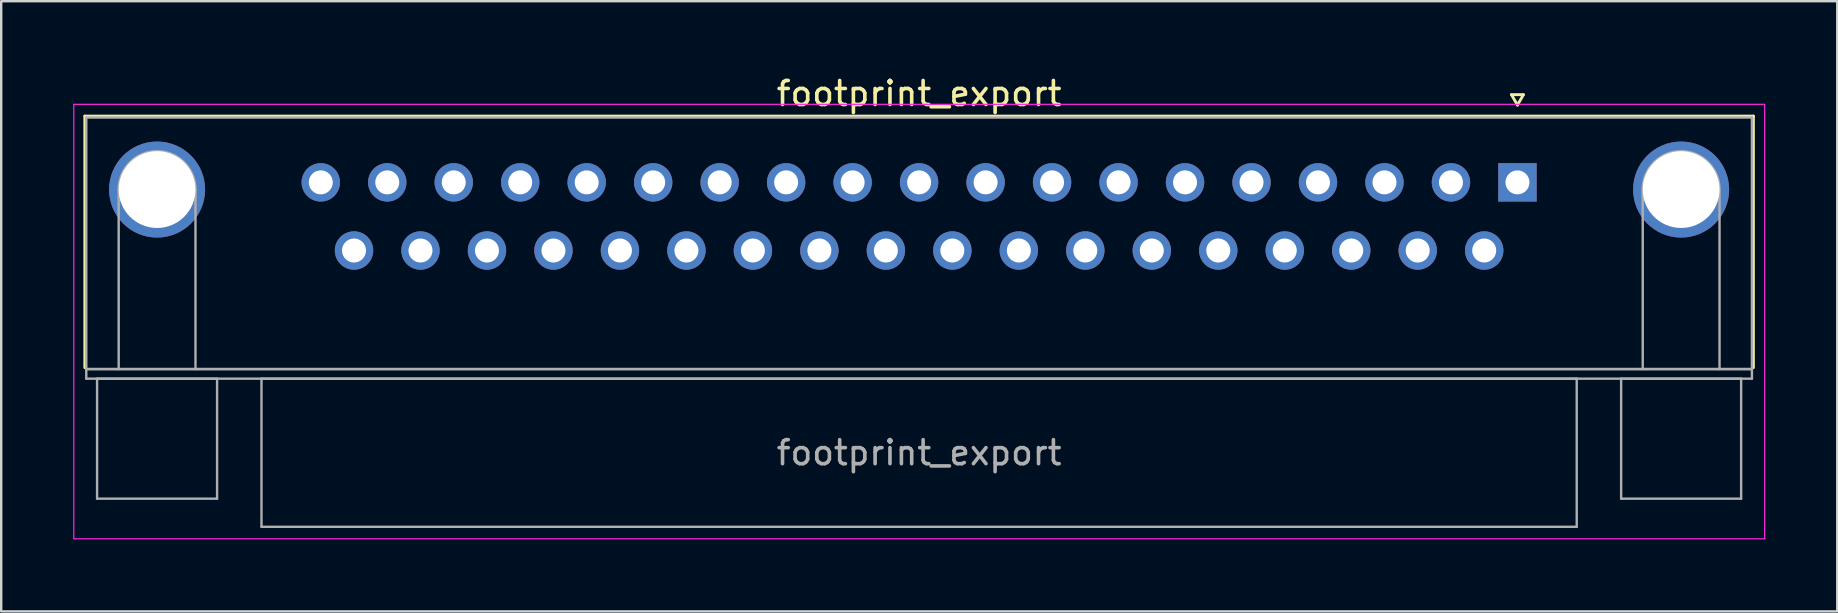
<source format=kicad_pcb>
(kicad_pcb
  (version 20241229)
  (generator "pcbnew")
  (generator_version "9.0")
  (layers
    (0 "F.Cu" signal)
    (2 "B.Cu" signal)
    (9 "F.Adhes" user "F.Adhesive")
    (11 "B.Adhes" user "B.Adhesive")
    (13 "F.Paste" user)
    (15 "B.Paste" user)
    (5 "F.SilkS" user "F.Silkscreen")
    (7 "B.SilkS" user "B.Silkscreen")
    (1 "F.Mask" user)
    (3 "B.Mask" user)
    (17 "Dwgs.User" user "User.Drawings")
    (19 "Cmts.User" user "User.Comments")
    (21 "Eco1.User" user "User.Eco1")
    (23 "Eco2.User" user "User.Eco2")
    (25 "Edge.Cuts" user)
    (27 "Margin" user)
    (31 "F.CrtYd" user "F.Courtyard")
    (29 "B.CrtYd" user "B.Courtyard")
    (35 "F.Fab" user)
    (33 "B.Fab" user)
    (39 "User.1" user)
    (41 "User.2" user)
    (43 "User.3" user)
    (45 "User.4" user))
  (footprint "footprint_export"
    (layer "F.Cu")
    (at 60.175 4.548)
    (property "Reference" "footprint_export" (at -24.93 -3.7 0) (layer "F.SilkS") (effects (font (size 1 1) (thickness 0.15))))
    (attr through_hole)
    (fp_line (start -59.69 -2.76) (end 9.83 -2.76) (stroke (width 0.12) (type solid)) (layer "F.SilkS"))
    (fp_line (start -59.69 7.72) (end -59.69 -2.76) (stroke (width 0.12) (type solid)) (layer "F.SilkS"))
    (fp_line (start -0.25 -3.654) (end 0.25 -3.654) (stroke (width 0.12) (type solid)) (layer "F.SilkS"))
    (fp_line (start 0 -3.221) (end -0.25 -3.654) (stroke (width 0.12) (type solid)) (layer "F.SilkS"))
    (fp_line (start 0.25 -3.654) (end 0 -3.221) (stroke (width 0.12) (type solid)) (layer "F.SilkS"))
    (fp_line (start 9.83 -2.76) (end 9.83 7.72) (stroke (width 0.12) (type solid)) (layer "F.SilkS"))
    (fp_line (start -60.15 -3.25) (end -60.15 14.85) (stroke (width 0.05) (type solid)) (layer "F.CrtYd"))
    (fp_line (start -60.15 14.85) (end 10.3 14.85) (stroke (width 0.05) (type solid)) (layer "F.CrtYd"))
    (fp_line (start 10.3 -3.25) (end -60.15 -3.25) (stroke (width 0.05) (type solid)) (layer "F.CrtYd"))
    (fp_line (start 10.3 14.85) (end 10.3 -3.25) (stroke (width 0.05) (type solid)) (layer "F.CrtYd"))
    (fp_line (start -59.63 -2.7) (end -59.63 7.78) (stroke (width 0.1) (type solid)) (layer "F.Fab"))
    (fp_line (start -59.63 7.78) (end -59.63 8.18) (stroke (width 0.1) (type solid)) (layer "F.Fab"))
    (fp_line (start -59.63 7.78) (end 9.77 7.78) (stroke (width 0.1) (type solid)) (layer "F.Fab"))
    (fp_line (start -59.63 8.18) (end 9.77 8.18) (stroke (width 0.1) (type solid)) (layer "F.Fab"))
    (fp_line (start -59.18 8.18) (end -59.18 13.18) (stroke (width 0.1) (type solid)) (layer "F.Fab"))
    (fp_line (start -59.18 13.18) (end -54.18 13.18) (stroke (width 0.1) (type solid)) (layer "F.Fab"))
    (fp_line (start -58.28 7.78) (end -58.28 0.3) (stroke (width 0.1) (type solid)) (layer "F.Fab"))
    (fp_line (start -55.08 7.78) (end -55.08 0.3) (stroke (width 0.1) (type solid)) (layer "F.Fab"))
    (fp_line (start -54.18 8.18) (end -59.18 8.18) (stroke (width 0.1) (type solid)) (layer "F.Fab"))
    (fp_line (start -54.18 13.18) (end -54.18 8.18) (stroke (width 0.1) (type solid)) (layer "F.Fab"))
    (fp_line (start -52.33 8.18) (end -52.33 14.35) (stroke (width 0.1) (type solid)) (layer "F.Fab"))
    (fp_line (start -52.33 14.35) (end 2.47 14.35) (stroke (width 0.1) (type solid)) (layer "F.Fab"))
    (fp_line (start 2.47 8.18) (end -52.33 8.18) (stroke (width 0.1) (type solid)) (layer "F.Fab"))
    (fp_line (start 2.47 14.35) (end 2.47 8.18) (stroke (width 0.1) (type solid)) (layer "F.Fab"))
    (fp_line (start 4.32 8.18) (end 4.32 13.18) (stroke (width 0.1) (type solid)) (layer "F.Fab"))
    (fp_line (start 4.32 13.18) (end 9.32 13.18) (stroke (width 0.1) (type solid)) (layer "F.Fab"))
    (fp_line (start 5.22 7.78) (end 5.22 0.3) (stroke (width 0.1) (type solid)) (layer "F.Fab"))
    (fp_line (start 8.42 7.78) (end 8.42 0.3) (stroke (width 0.1) (type solid)) (layer "F.Fab"))
    (fp_line (start 9.32 8.18) (end 4.32 8.18) (stroke (width 0.1) (type solid)) (layer "F.Fab"))
    (fp_line (start 9.32 13.18) (end 9.32 8.18) (stroke (width 0.1) (type solid)) (layer "F.Fab"))
    (fp_line (start 9.77 -2.7) (end -59.63 -2.7) (stroke (width 0.1) (type solid)) (layer "F.Fab"))
    (fp_line (start 9.77 7.78) (end -59.63 7.78) (stroke (width 0.1) (type solid)) (layer "F.Fab"))
    (fp_line (start 9.77 7.78) (end 9.77 -2.7) (stroke (width 0.1) (type solid)) (layer "F.Fab"))
    (fp_line (start 9.77 8.18) (end 9.77 7.78) (stroke (width 0.1) (type solid)) (layer "F.Fab"))
    (fp_arc (start -58.28 0.3) (mid -56.68 -1.3) (end -55.08 0.3) (stroke (width 0.1) (type solid)) (layer "F.Fab"))
    (fp_arc (start 5.22 0.3) (mid 6.82 -1.3) (end 8.42 0.3) (stroke (width 0.1) (type solid)) (layer "F.Fab"))
    (fp_text user "${REFERENCE}" (at -24.93 11.265 0) (layer "F.Fab") (effects (font (size 1 1) (thickness 0.15))))
    (pad "0" thru_hole circle (at -56.68 0.3) (size 4 4) (drill 3.2) (layers "*.Cu" "*.Mask"))
    (pad "0" thru_hole circle (at 6.82 0.3) (size 4 4) (drill 3.2) (layers "*.Cu" "*.Mask"))
    (pad "1" thru_hole rect (at 0 0) (size 1.6 1.6) (drill 1) (layers "*.Cu" "*.Mask"))
    (pad "2" thru_hole circle (at -2.77 0) (size 1.6 1.6) (drill 1) (layers "*.Cu" "*.Mask"))
    (pad "3" thru_hole circle (at -5.54 0) (size 1.6 1.6) (drill 1) (layers "*.Cu" "*.Mask"))
    (pad "4" thru_hole circle (at -8.31 0) (size 1.6 1.6) (drill 1) (layers "*.Cu" "*.Mask"))
    (pad "5" thru_hole circle (at -11.08 0) (size 1.6 1.6) (drill 1) (layers "*.Cu" "*.Mask"))
    (pad "6" thru_hole circle (at -13.85 0) (size 1.6 1.6) (drill 1) (layers "*.Cu" "*.Mask"))
    (pad "7" thru_hole circle (at -16.62 0) (size 1.6 1.6) (drill 1) (layers "*.Cu" "*.Mask"))
    (pad "8" thru_hole circle (at -19.39 0) (size 1.6 1.6) (drill 1) (layers "*.Cu" "*.Mask"))
    (pad "9" thru_hole circle (at -22.16 0) (size 1.6 1.6) (drill 1) (layers "*.Cu" "*.Mask"))
    (pad "10" thru_hole circle (at -24.93 0) (size 1.6 1.6) (drill 1) (layers "*.Cu" "*.Mask"))
    (pad "11" thru_hole circle (at -27.7 0) (size 1.6 1.6) (drill 1) (layers "*.Cu" "*.Mask"))
    (pad "12" thru_hole circle (at -30.47 0) (size 1.6 1.6) (drill 1) (layers "*.Cu" "*.Mask"))
    (pad "13" thru_hole circle (at -33.24 0) (size 1.6 1.6) (drill 1) (layers "*.Cu" "*.Mask"))
    (pad "14" thru_hole circle (at -36.01 0) (size 1.6 1.6) (drill 1) (layers "*.Cu" "*.Mask"))
    (pad "15" thru_hole circle (at -38.78 0) (size 1.6 1.6) (drill 1) (layers "*.Cu" "*.Mask"))
    (pad "16" thru_hole circle (at -41.55 0) (size 1.6 1.6) (drill 1) (layers "*.Cu" "*.Mask"))
    (pad "17" thru_hole circle (at -44.32 0) (size 1.6 1.6) (drill 1) (layers "*.Cu" "*.Mask"))
    (pad "18" thru_hole circle (at -47.09 0) (size 1.6 1.6) (drill 1) (layers "*.Cu" "*.Mask"))
    (pad "19" thru_hole circle (at -49.86 0) (size 1.6 1.6) (drill 1) (layers "*.Cu" "*.Mask"))
    (pad "20" thru_hole circle (at -1.385 2.84) (size 1.6 1.6) (drill 1) (layers "*.Cu" "*.Mask"))
    (pad "21" thru_hole circle (at -4.155 2.84) (size 1.6 1.6) (drill 1) (layers "*.Cu" "*.Mask"))
    (pad "22" thru_hole circle (at -6.925 2.84) (size 1.6 1.6) (drill 1) (layers "*.Cu" "*.Mask"))
    (pad "23" thru_hole circle (at -9.695 2.84) (size 1.6 1.6) (drill 1) (layers "*.Cu" "*.Mask"))
    (pad "24" thru_hole circle (at -12.465 2.84) (size 1.6 1.6) (drill 1) (layers "*.Cu" "*.Mask"))
    (pad "25" thru_hole circle (at -15.235 2.84) (size 1.6 1.6) (drill 1) (layers "*.Cu" "*.Mask"))
    (pad "26" thru_hole circle (at -18.005 2.84) (size 1.6 1.6) (drill 1) (layers "*.Cu" "*.Mask"))
    (pad "27" thru_hole circle (at -20.775 2.84) (size 1.6 1.6) (drill 1) (layers "*.Cu" "*.Mask"))
    (pad "28" thru_hole circle (at -23.545 2.84) (size 1.6 1.6) (drill 1) (layers "*.Cu" "*.Mask"))
    (pad "29" thru_hole circle (at -26.315 2.84) (size 1.6 1.6) (drill 1) (layers "*.Cu" "*.Mask"))
    (pad "30" thru_hole circle (at -29.085 2.84) (size 1.6 1.6) (drill 1) (layers "*.Cu" "*.Mask"))
    (pad "31" thru_hole circle (at -31.855 2.84) (size 1.6 1.6) (drill 1) (layers "*.Cu" "*.Mask"))
    (pad "32" thru_hole circle (at -34.625 2.84) (size 1.6 1.6) (drill 1) (layers "*.Cu" "*.Mask"))
    (pad "33" thru_hole circle (at -37.395 2.84) (size 1.6 1.6) (drill 1) (layers "*.Cu" "*.Mask"))
    (pad "34" thru_hole circle (at -40.165 2.84) (size 1.6 1.6) (drill 1) (layers "*.Cu" "*.Mask"))
    (pad "35" thru_hole circle (at -42.935 2.84) (size 1.6 1.6) (drill 1) (layers "*.Cu" "*.Mask"))
    (pad "36" thru_hole circle (at -45.705 2.84) (size 1.6 1.6) (drill 1) (layers "*.Cu" "*.Mask"))
    (pad "37" thru_hole circle (at -48.475 2.84) (size 1.6 1.6) (drill 1) (layers "*.Cu" "*.Mask")))
  (gr_rect
    (start -3 -3)
    (end 73.5 22.423)
    (stroke (width 0.1) (type default))
    (fill no)
    (layer "Edge.Cuts")))
</source>
